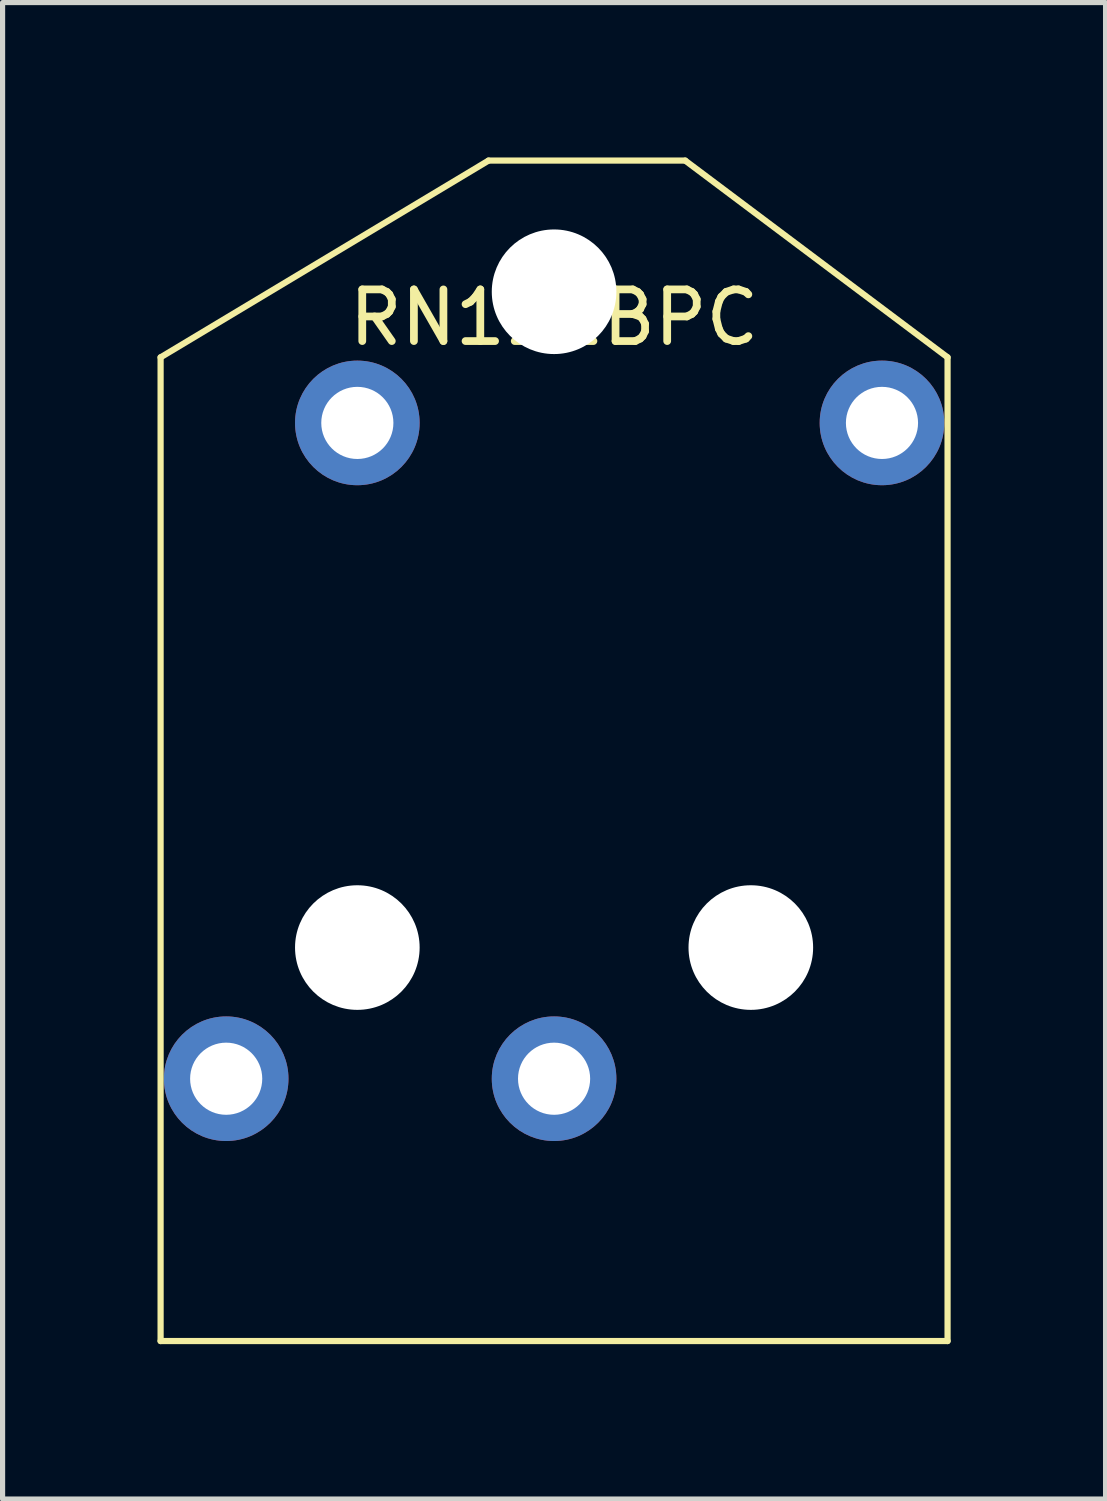
<source format=kicad_pcb>
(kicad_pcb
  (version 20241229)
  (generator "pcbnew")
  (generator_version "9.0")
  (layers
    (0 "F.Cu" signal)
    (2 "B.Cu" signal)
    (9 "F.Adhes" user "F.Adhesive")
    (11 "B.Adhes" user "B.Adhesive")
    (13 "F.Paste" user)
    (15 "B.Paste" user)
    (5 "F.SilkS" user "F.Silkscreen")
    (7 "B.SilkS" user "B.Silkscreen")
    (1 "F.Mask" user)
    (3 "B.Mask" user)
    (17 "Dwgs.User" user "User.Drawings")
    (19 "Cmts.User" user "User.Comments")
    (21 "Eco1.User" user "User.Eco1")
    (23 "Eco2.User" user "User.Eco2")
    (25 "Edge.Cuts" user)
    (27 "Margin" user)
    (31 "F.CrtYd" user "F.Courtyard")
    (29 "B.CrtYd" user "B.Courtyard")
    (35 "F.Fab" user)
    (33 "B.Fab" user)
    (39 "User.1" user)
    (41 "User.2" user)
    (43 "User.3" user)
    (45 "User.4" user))
  (footprint "RN112BPC"
    (layer "F.Cu")
    (at 7.68 2.6)
    (property "Reference" "RN112BPC" (at 0 0.5 0) (layer "F.SilkS") (effects (font (size 1 1) (thickness 0.15))))
    (attr through_hole)
    (fp_line (start -7.62 1.27) (end -7.62 20.32) (stroke (width 0.12) (type solid)) (layer "F.SilkS"))
    (fp_line (start -7.62 20.32) (end 7.62 20.32) (stroke (width 0.12) (type solid)) (layer "F.SilkS"))
    (fp_line (start -1.27 -2.54) (end -7.62 1.27) (stroke (width 0.12) (type solid)) (layer "F.SilkS"))
    (fp_line (start 2.54 -2.54) (end -1.27 -2.54) (stroke (width 0.12) (type solid)) (layer "F.SilkS"))
    (fp_line (start 7.62 1.27) (end 2.54 -2.54) (stroke (width 0.12) (type solid)) (layer "F.SilkS"))
    (fp_line (start 7.62 20.32) (end 7.62 1.27) (stroke (width 0.12) (type solid)) (layer "F.SilkS"))
    (pad "" np_thru_hole circle (at -3.81 12.7) (size 2.413 2.413) (drill 2.413) (layers "*.Cu" "*.Mask"))
    (pad "" np_thru_hole circle (at 0 0) (size 2.413 2.413) (drill 2.413) (layers "*.Cu" "*.Mask"))
    (pad "" np_thru_hole circle (at 3.81 12.7) (size 2.413 2.413) (drill 2.413) (layers "*.Cu" "*.Mask"))
    (pad "G" thru_hole circle (at -3.81 2.54) (size 2.413 2.413) (drill 1.397) (layers "*.Cu" "*.Mask"))
    (pad "R" thru_hole circle (at -6.35 15.24) (size 2.413 2.413) (drill 1.397) (layers "*.Cu" "*.Mask"))
    (pad "S" thru_hole circle (at 0 15.24) (size 2.413 2.413) (drill 1.397) (layers "*.Cu" "*.Mask"))
    (pad "T" thru_hole circle (at 6.35 2.54) (size 2.413 2.413) (drill 1.397) (layers "*.Cu" "*.Mask")))
  (gr_rect
    (start -3 -3)
    (end 18.36 25.98)
    (stroke (width 0.1) (type default))
    (fill no)
    (layer "Edge.Cuts")))
</source>
